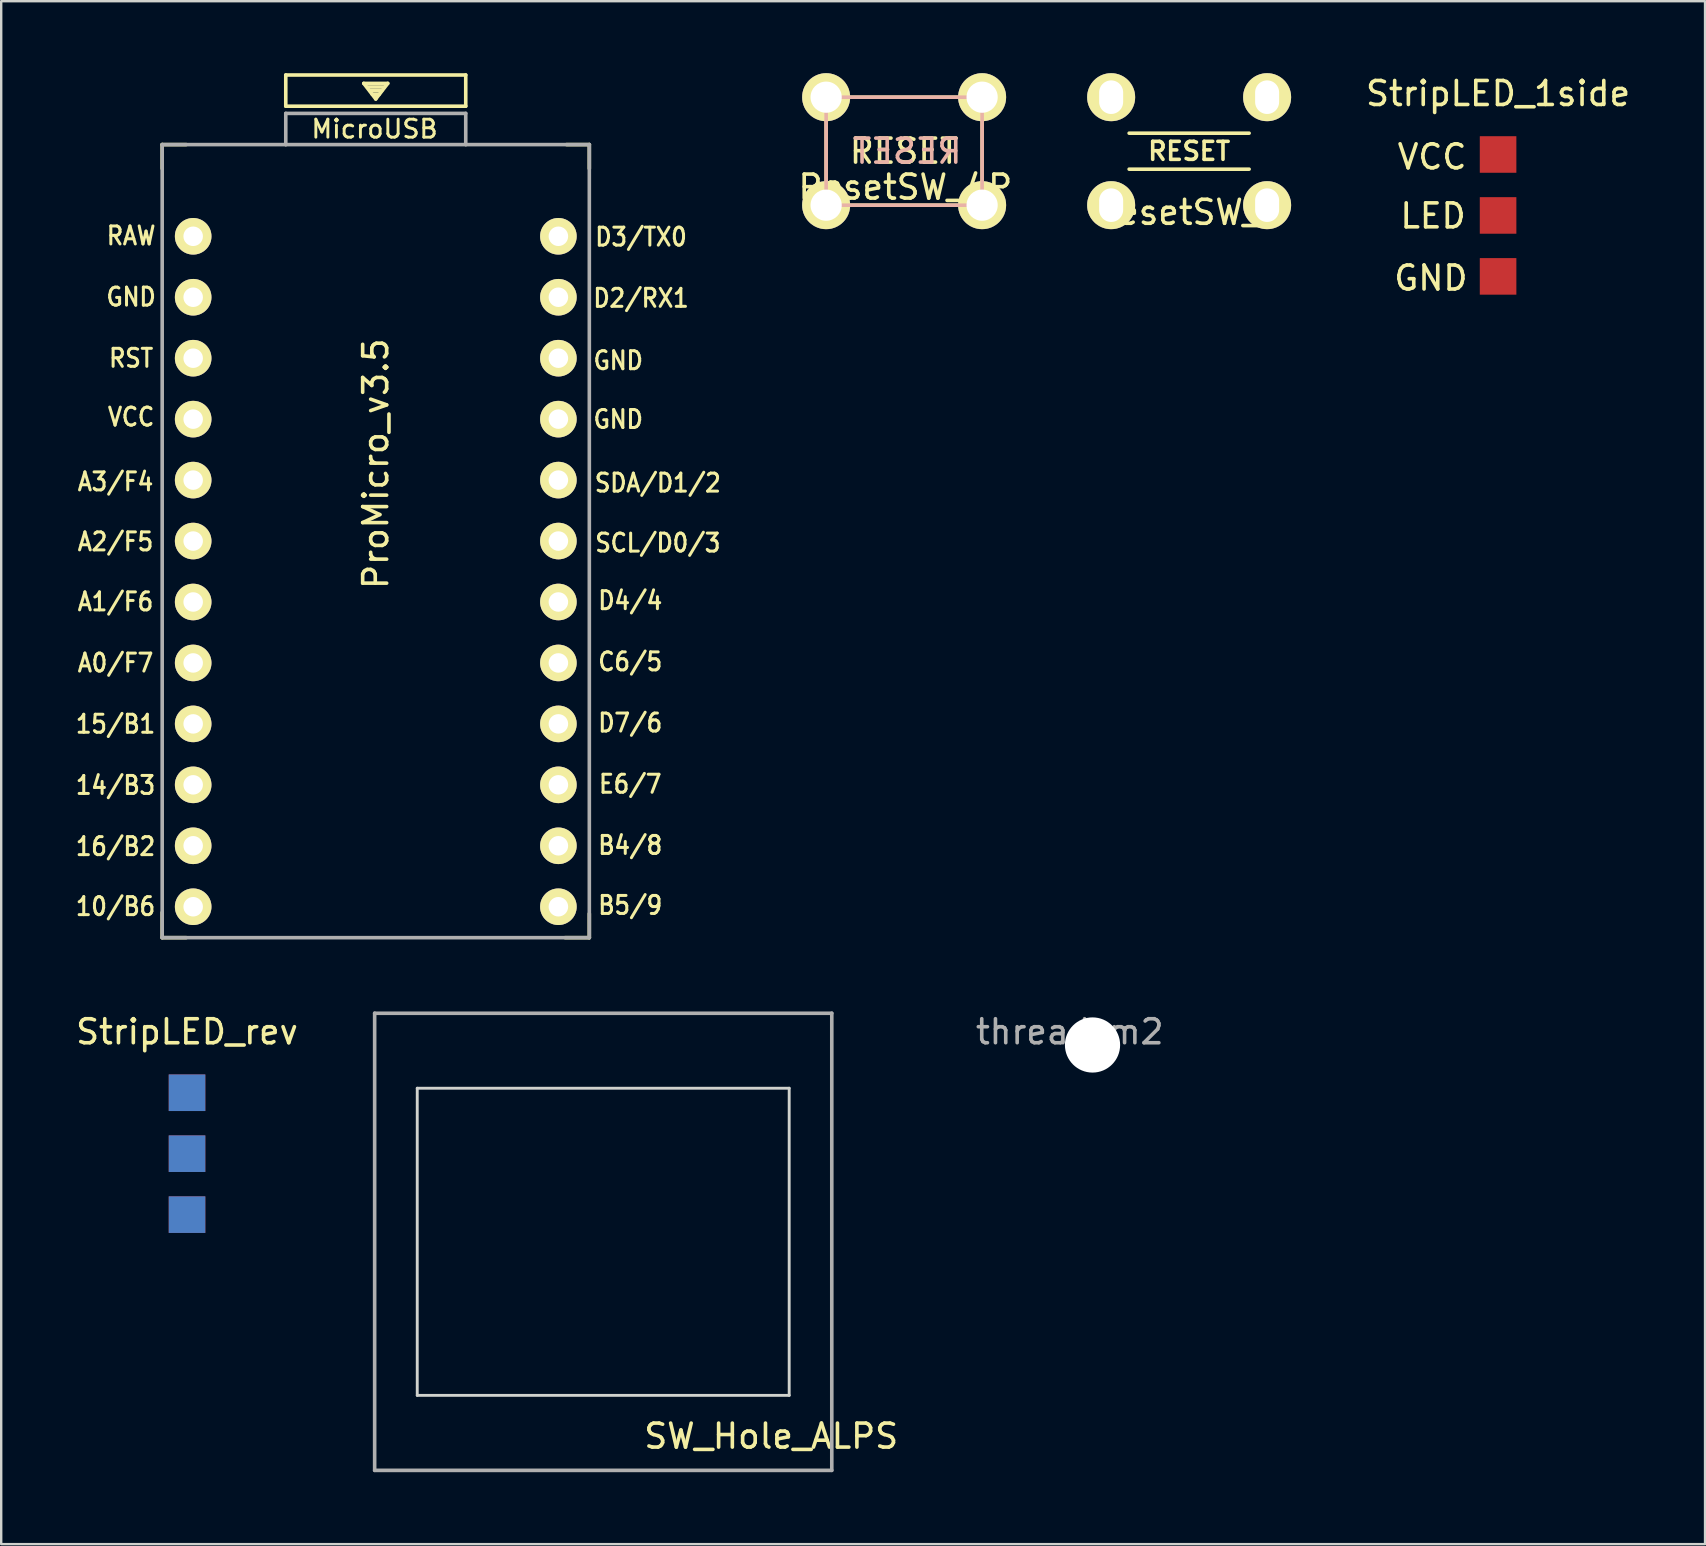
<source format=kicad_pcb>
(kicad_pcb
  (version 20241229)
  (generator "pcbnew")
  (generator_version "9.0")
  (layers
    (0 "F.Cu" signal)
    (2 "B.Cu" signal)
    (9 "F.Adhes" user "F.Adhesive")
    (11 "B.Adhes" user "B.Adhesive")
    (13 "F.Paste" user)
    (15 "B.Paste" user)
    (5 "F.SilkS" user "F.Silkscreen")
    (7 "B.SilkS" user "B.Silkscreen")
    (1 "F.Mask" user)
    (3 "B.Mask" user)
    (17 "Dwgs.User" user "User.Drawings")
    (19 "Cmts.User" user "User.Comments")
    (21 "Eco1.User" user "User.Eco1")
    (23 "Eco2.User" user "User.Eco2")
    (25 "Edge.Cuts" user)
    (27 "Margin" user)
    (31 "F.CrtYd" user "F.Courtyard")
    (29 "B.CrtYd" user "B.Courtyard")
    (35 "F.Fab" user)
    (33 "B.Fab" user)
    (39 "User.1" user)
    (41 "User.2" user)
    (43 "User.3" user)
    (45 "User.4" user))
  (footprint "SW_Hole_ALPS"
    (layer "F.Cu")
    (at 22.088 48.7)
    (property "Reference" "SW_Hole_ALPS" (at 7 8.1 0) (layer "F.SilkS") (effects (font (size 1 1) (thickness 0.15))))
    (attr through_hole)
    (fp_line (start -7.75 -6.4) (end -7.75 6.4) (stroke (width 0.12) (type solid)) (layer "Edge.Cuts"))
    (fp_line (start -7.75 6.4) (end 7.75 6.4) (stroke (width 0.12) (type solid)) (layer "Edge.Cuts"))
    (fp_line (start 7.75 -6.4) (end -7.75 -6.4) (stroke (width 0.12) (type solid)) (layer "Edge.Cuts"))
    (fp_line (start 7.75 6.4) (end 7.75 -6.4) (stroke (width 0.12) (type solid)) (layer "Edge.Cuts"))
    (fp_line (start -9.525 -9.525) (end -9.525 9.525) (stroke (width 0.15) (type solid)) (layer "F.Fab"))
    (fp_line (start -9.525 9.525) (end 9.525 9.525) (stroke (width 0.15) (type solid)) (layer "F.Fab"))
    (fp_line (start 9.525 -9.525) (end -9.525 -9.525) (stroke (width 0.15) (type solid)) (layer "F.Fab"))
    (fp_line (start 9.525 9.525) (end 9.525 -9.525) (stroke (width 0.15) (type solid)) (layer "F.Fab")))
  (footprint "ResetSW_4"
    (layer "F.Cu")
    (at 46.505 3.25)
    (property "Reference" "ResetSW_4" (at 0 2.55 0) (layer "F.SilkS") (effects (font (size 1 1) (thickness 0.15))))
    (attr through_hole)
    (fp_line (start -2.5 -0.75) (end 2.5 -0.75) (stroke (width 0.15) (type solid)) (layer "F.SilkS"))
    (fp_line (start -2.5 0.75) (end 2.5 0.75) (stroke (width 0.15) (type solid)) (layer "F.SilkS"))
    (fp_text user "RESET" (at 0 0 0) (layer "F.SilkS") (effects (font (size 0.75 0.75) (thickness 0.15))))
    (pad "1" thru_hole circle (at -3.25 -2.25) (size 2 2) (drill oval 1 1.4) (layers "*.Cu" "B.Mask" "F.SilkS"))
    (pad "1" thru_hole circle (at 3.25 -2.25) (size 2 2) (drill oval 1 1.4) (layers "*.Cu" "B.Mask" "F.SilkS"))
    (pad "2" thru_hole circle (at -3.25 2.25) (size 2 2) (drill oval 1 1.4) (layers "*.Cu" "B.Mask" "F.SilkS"))
    (pad "2" thru_hole circle (at 3.25 2.25) (size 2 2) (drill oval 1 1.4) (layers "*.Cu" "B.Mask" "F.SilkS")))
  (footprint "thread_m2"
    (layer "F.Cu")
    (at 42.479 40.498)
    (property "Reference" "thread_m2" (at -0.95 -0.55 0) (layer "F.Fab") (effects (font (size 1 1) (thickness 0.15))))
    (attr exclude_from_pos_files exclude_from_bom)
    (pad "" np_thru_hole circle (at 0 0) (size 2.3 2.3) (drill 2.3) (layers "*.Cu" "*.Mask")))
  (footprint "ResetSW_4P"
    (layer "F.Cu")
    (at 34.628 3.25)
    (property "Reference" "ResetSW_4P" (at 0.05 1.5 0) (layer "F.SilkS") (effects (font (size 1 1) (thickness 0.15))))
    (attr through_hole)
    (fp_line (start -3.25 -2.25) (end -3.25 2.25) (stroke (width 0.15) (type solid)) (layer "F.SilkS"))
    (fp_line (start -3.25 2.25) (end 3.25 2.25) (stroke (width 0.15) (type solid)) (layer "F.SilkS"))
    (fp_line (start 3.25 -2.25) (end -3.25 -2.25) (stroke (width 0.15) (type solid)) (layer "F.SilkS"))
    (fp_line (start 3.25 2.25) (end 3.25 -2.25) (stroke (width 0.15) (type solid)) (layer "F.SilkS"))
    (fp_line (start -3.25 -2.25) (end -3.25 2.25) (stroke (width 0.15) (type solid)) (layer "B.SilkS"))
    (fp_line (start -3.25 2.25) (end 3.25 2.25) (stroke (width 0.15) (type solid)) (layer "B.SilkS"))
    (fp_line (start 3.25 -2.25) (end -3.25 -2.25) (stroke (width 0.15) (type solid)) (layer "B.SilkS"))
    (fp_line (start 3.25 2.25) (end 3.25 -2.25) (stroke (width 0.15) (type solid)) (layer "B.SilkS"))
    (fp_text user "RESET" (at 0 0 0) (layer "F.SilkS") (effects (font (size 1 1) (thickness 0.15))))
    (fp_text user "RESET" (at 0.127 0 0) (layer "B.SilkS") (effects (font (size 1 1) (thickness 0.15)) (justify mirror)))
    (pad "1" thru_hole circle (at -3.25 -2.25) (size 2 2) (drill 1.3) (layers "*.Cu" "*.Mask" "F.SilkS"))
    (pad "1" thru_hole circle (at 3.25 -2.25) (size 2 2) (drill 1.3) (layers "*.Cu" "*.Mask" "F.SilkS"))
    (pad "2" thru_hole circle (at -3.25 2.25) (size 2 2) (drill 1.3) (layers "*.Cu" "*.Mask" "F.SilkS"))
    (pad "2" thru_hole circle (at 3.25 2.25) (size 2 2) (drill 1.3) (layers "*.Cu" "*.Mask" "F.SilkS")))
  (footprint "StripLED_rev"
    (layer "F.Cu")
    (at 4.744 42.488)
    (property "Reference" "StripLED_rev" (at 0 -2.54 0) (layer "F.SilkS") (effects (font (size 1 1) (thickness 0.15))))
    (attr through_hole)
    (pad "1" smd rect (at 0 0) (size 1.524 1.524) (layers "F.Cu" "F.Mask" "F.Paste"))
    (pad "1" smd rect (at 0 5.08) (size 1.524 1.524) (layers "B.Cu" "B.Mask" "B.Paste"))
    (pad "2" smd rect (at 0 2.54) (size 1.524 1.524) (layers "F.Cu" "F.Mask" "F.Paste"))
    (pad "2" smd rect (at 0 2.54) (size 1.524 1.524) (layers "B.Cu" "B.Mask" "B.Paste"))
    (pad "3" smd rect (at 0 0) (size 1.524 1.524) (layers "B.Cu" "B.Mask" "B.Paste"))
    (pad "3" smd rect (at 0 5.08) (size 1.524 1.524) (layers "F.Cu" "F.Mask" "F.Paste")))
  (footprint "StripLED_1side"
    (layer "F.Cu")
    (at 59.38 3.388)
    (property "Reference" "StripLED_1side" (at 0 -2.54 0) (layer "F.SilkS") (effects (font (size 1 1) (thickness 0.15))))
    (attr through_hole)
    (fp_text user "LED" (at -2.71 2.56 0) (layer "F.SilkS") (effects (font (size 1 1) (thickness 0.15))))
    (fp_text user "VCC" (at -2.75 0.1 0) (layer "F.SilkS") (effects (font (size 1 1) (thickness 0.15))))
    (fp_text user "GND" (at -2.8 5.15 0) (layer "F.SilkS") (effects (font (size 1 1) (thickness 0.15))))
    (pad "1" smd rect (at 0 0) (size 1.524 1.524) (layers "F.Cu" "F.Mask"))
    (pad "2" smd rect (at 0 2.54) (size 1.524 1.524) (layers "F.Cu" "F.Mask"))
    (pad "3" smd rect (at 0 5.08) (size 1.524 1.524) (layers "F.Cu" "F.Mask")))
  (footprint "ProMicro_v3.5"
    (layer "F.Cu")
    (at 12.609 21.275)
    (property "Reference" "ProMicro_v3.5" (at 0 -5 270) (layer "F.SilkS") (effects (font (size 1 1) (thickness 0.15))))
    (attr through_hole)
    (fp_line (start -8.9 -18.3) (end -8.9 -17.3) (stroke (width 0.15) (type solid)) (layer "F.SilkS"))
    (fp_line (start -8.9 -18.3) (end -7.9 -18.3) (stroke (width 0.15) (type solid)) (layer "F.SilkS"))
    (fp_line (start -8.9 13.7) (end -8.9 14.75) (stroke (width 0.15) (type solid)) (layer "F.SilkS"))
    (fp_line (start -8.9 14.75) (end -7.9 14.75) (stroke (width 0.15) (type solid)) (layer "F.SilkS"))
    (fp_line (start -3.75 -21.2) (end -3.75 -19.9) (stroke (width 0.15) (type solid)) (layer "F.SilkS"))
    (fp_line (start -3.75 -19.9) (end 3.75 -19.9) (stroke (width 0.15) (type solid)) (layer "F.SilkS"))
    (fp_line (start -0.5 -20.85) (end 0.5 -20.85) (stroke (width 0.15) (type solid)) (layer "F.SilkS"))
    (fp_line (start -0.35 -20.7) (end 0.35 -20.7) (stroke (width 0.15) (type solid)) (layer "F.SilkS"))
    (fp_line (start -0.25 -20.55) (end 0.25 -20.55) (stroke (width 0.15) (type solid)) (layer "F.SilkS"))
    (fp_line (start -0.15 -20.4) (end 0.15 -20.4) (stroke (width 0.15) (type solid)) (layer "F.SilkS"))
    (fp_line (start 0 -20.2) (end -0.5 -20.85) (stroke (width 0.15) (type solid)) (layer "F.SilkS"))
    (fp_line (start 0.5 -20.85) (end 0 -20.2) (stroke (width 0.15) (type solid)) (layer "F.SilkS"))
    (fp_line (start 3.75 -21.2) (end -3.75 -21.2) (stroke (width 0.15) (type solid)) (layer "F.SilkS"))
    (fp_line (start 3.75 -19.9) (end 3.75 -21.2) (stroke (width 0.15) (type solid)) (layer "F.SilkS"))
    (fp_line (start 8.9 -18.3) (end 7.95 -18.3) (stroke (width 0.15) (type solid)) (layer "F.SilkS"))
    (fp_line (start 8.9 -18.3) (end 8.9 -17.3) (stroke (width 0.15) (type solid)) (layer "F.SilkS"))
    (fp_line (start 8.9 13.75) (end 8.9 14.75) (stroke (width 0.15) (type solid)) (layer "F.SilkS"))
    (fp_line (start 8.9 14.75) (end 7.89 14.75) (stroke (width 0.15) (type solid)) (layer "F.SilkS"))
    (fp_line (start -8.9 -18.3) (end -3.75 -18.3) (stroke (width 0.15) (type solid)) (layer "F.Fab"))
    (fp_line (start -8.9 14.75) (end -8.9 -18.3) (stroke (width 0.15) (type solid)) (layer "F.Fab"))
    (fp_line (start -3.75 -19.6) (end -3.75 -18.299) (stroke (width 0.15) (type solid)) (layer "F.Fab"))
    (fp_line (start -3.75 -19.6) (end 3.75 -19.6) (stroke (width 0.15) (type solid)) (layer "F.Fab"))
    (fp_line (start -3.75 -18.3) (end 3.75 -18.3) (stroke (width 0.15) (type solid)) (layer "F.Fab"))
    (fp_line (start 3.75 -19.6) (end 3.75 -18.3) (stroke (width 0.15) (type solid)) (layer "F.Fab"))
    (fp_line (start 3.76 -18.3) (end 8.9 -18.3) (stroke (width 0.15) (type solid)) (layer "F.Fab"))
    (fp_line (start 8.9 -18.3) (end 8.9 14.75) (stroke (width 0.15) (type solid)) (layer "F.Fab"))
    (fp_line (start 8.9 14.75) (end -8.9 14.75) (stroke (width 0.15) (type solid)) (layer "F.Fab"))
    (fp_text user "A1/F6" (at -10.845 0.75 0) (unlocked yes) (layer "F.SilkS") (effects (font (size 0.75 0.67) (thickness 0.125))))
    (fp_text user "GND" (at 10.105 -6.85 0) (unlocked yes) (layer "F.SilkS") (effects (font (size 0.75 0.67) (thickness 0.125))))
    (fp_text user "GND" (at -10.195 -11.95 0) (unlocked yes) (layer "F.SilkS") (effects (font (size 0.75 0.67) (thickness 0.125))))
    (fp_text user "B4/8" (at 10.605 10.9 0) (unlocked yes) (layer "F.SilkS") (effects (font (size 0.75 0.67) (thickness 0.125))))
    (fp_text user "D3/TX0" (at 11.055 -14.45 0) (unlocked yes) (layer "F.SilkS") (effects (font (size 0.75 0.67) (thickness 0.125))))
    (fp_text user "VCC" (at -10.195 -6.95 0) (unlocked yes) (layer "F.SilkS") (effects (font (size 0.75 0.67) (thickness 0.125))))
    (fp_text user "B5/9" (at 10.605 13.4 0) (unlocked yes) (layer "F.SilkS") (effects (font (size 0.75 0.67) (thickness 0.125))))
    (fp_text user "D4/4" (at 10.605 0.7 0) (unlocked yes) (layer "F.SilkS") (effects (font (size 0.75 0.67) (thickness 0.125))))
    (fp_text user "16/B2" (at -10.845 10.95 0) (unlocked yes) (layer "F.SilkS") (effects (font (size 0.75 0.67) (thickness 0.125))))
    (fp_text user "A0/F7" (at -10.845 3.3 0) (unlocked yes) (layer "F.SilkS") (effects (font (size 0.75 0.67) (thickness 0.125))))
    (fp_text user "" (at -0.545 -17.4 0) (layer "F.SilkS") (effects (font (size 1 1) (thickness 0.15))))
    (fp_text user "E6/7" (at 10.605 8.35 0) (unlocked yes) (layer "F.SilkS") (effects (font (size 0.75 0.67) (thickness 0.125))))
    (fp_text user "10/B6" (at -10.845 13.45 0) (unlocked yes) (layer "F.SilkS") (effects (font (size 0.75 0.67) (thickness 0.125))))
    (fp_text user "C6/5" (at 10.605 3.25 0) (unlocked yes) (layer "F.SilkS") (effects (font (size 0.75 0.67) (thickness 0.125))))
    (fp_text user "GND" (at 10.105 -9.3 0) (unlocked yes) (layer "F.SilkS") (effects (font (size 0.75 0.67) (thickness 0.125))))
    (fp_text user "SDA/D1/2" (at 11.755 -4.2 0) (unlocked yes) (layer "F.SilkS") (effects (font (size 0.75 0.67) (thickness 0.125))))
    (fp_text user "RAW" (at -10.195 -14.5 0) (unlocked yes) (layer "F.SilkS") (effects (font (size 0.75 0.67) (thickness 0.125))))
    (fp_text user "D2/RX1" (at 11.055 -11.9 0) (unlocked yes) (layer "F.SilkS") (effects (font (size 0.75 0.67) (thickness 0.125))))
    (fp_text user "A2/F5" (at -10.845 -1.75 0) (unlocked yes) (layer "F.SilkS") (effects (font (size 0.75 0.67) (thickness 0.125))))
    (fp_text user "D7/6" (at 10.605 5.8 0) (unlocked yes) (layer "F.SilkS") (effects (font (size 0.75 0.67) (thickness 0.125))))
    (fp_text user "14/B3" (at -10.845 8.4 0) (unlocked yes) (layer "F.SilkS") (effects (font (size 0.75 0.67) (thickness 0.125))))
    (fp_text user "15/B1" (at -10.845 5.85 0) (unlocked yes) (layer "F.SilkS") (effects (font (size 0.75 0.67) (thickness 0.125))))
    (fp_text user "A3/F4" (at -10.845 -4.25 0) (unlocked yes) (layer "F.SilkS") (effects (font (size 0.75 0.67) (thickness 0.125))))
    (fp_text user "RST" (at -10.195 -9.4 0) (unlocked yes) (layer "F.SilkS") (effects (font (size 0.75 0.67) (thickness 0.125))))
    (fp_text user "MicroUSB" (at -0.05 -18.95 0) (layer "F.SilkS") (effects (font (size 0.75 0.75) (thickness 0.12))))
    (fp_text user "SCL/D0/3" (at 11.755 -1.7 0) (unlocked yes) (layer "F.SilkS") (effects (font (size 0.75 0.67) (thickness 0.125))))
    (fp_text user "" (at -1.252 -16.256 0) (layer "B.SilkS") (effects (font (size 1 1) (thickness 0.15)) (justify mirror)))
    (pad "1" thru_hole circle (at 7.611 -14.478) (size 1.524 1.524) (drill 0.813) (layers "*.Cu" "B.Mask" "F.SilkS"))
    (pad "2" thru_hole circle (at 7.611 -11.938) (size 1.524 1.524) (drill 0.813) (layers "*.Cu" "B.Mask" "F.SilkS"))
    (pad "3" thru_hole circle (at 7.611 -9.398) (size 1.524 1.524) (drill 0.813) (layers "*.Cu" "B.Mask" "F.SilkS"))
    (pad "4" thru_hole circle (at 7.611 -6.858) (size 1.524 1.524) (drill 0.813) (layers "*.Cu" "B.Mask" "F.SilkS"))
    (pad "5" thru_hole circle (at 7.611 -4.318) (size 1.524 1.524) (drill 0.813) (layers "*.Cu" "B.Mask" "F.SilkS"))
    (pad "6" thru_hole circle (at 7.611 -1.778) (size 1.524 1.524) (drill 0.813) (layers "*.Cu" "B.Mask" "F.SilkS"))
    (pad "7" thru_hole circle (at 7.611 0.762) (size 1.524 1.524) (drill 0.813) (layers "*.Cu" "B.Mask" "F.SilkS"))
    (pad "8" thru_hole circle (at 7.611 3.302) (size 1.524 1.524) (drill 0.813) (layers "*.Cu" "B.Mask" "F.SilkS"))
    (pad "9" thru_hole circle (at 7.611 5.842) (size 1.524 1.524) (drill 0.813) (layers "*.Cu" "B.Mask" "F.SilkS"))
    (pad "10" thru_hole circle (at 7.611 8.382) (size 1.524 1.524) (drill 0.813) (layers "*.Cu" "B.Mask" "F.SilkS"))
    (pad "11" thru_hole circle (at 7.611 10.922) (size 1.524 1.524) (drill 0.813) (layers "*.Cu" "B.Mask" "F.SilkS"))
    (pad "12" thru_hole circle (at 7.611 13.462) (size 1.524 1.524) (drill 0.813) (layers "*.Cu" "B.Mask" "F.SilkS"))
    (pad "13" thru_hole circle (at -7.609 13.462) (size 1.524 1.524) (drill 0.813) (layers "*.Cu" "B.Mask" "F.SilkS"))
    (pad "14" thru_hole circle (at -7.609 10.922) (size 1.524 1.524) (drill 0.813) (layers "*.Cu" "B.Mask" "F.SilkS"))
    (pad "15" thru_hole circle (at -7.609 8.382) (size 1.524 1.524) (drill 0.813) (layers "*.Cu" "B.Mask" "F.SilkS"))
    (pad "16" thru_hole circle (at -7.609 5.842) (size 1.524 1.524) (drill 0.813) (layers "*.Cu" "B.Mask" "F.SilkS"))
    (pad "17" thru_hole circle (at -7.609 3.302) (size 1.524 1.524) (drill 0.813) (layers "*.Cu" "B.Mask" "F.SilkS"))
    (pad "18" thru_hole circle (at -7.609 0.762) (size 1.524 1.524) (drill 0.813) (layers "*.Cu" "B.Mask" "F.SilkS"))
    (pad "19" thru_hole circle (at -7.609 -1.778) (size 1.524 1.524) (drill 0.813) (layers "*.Cu" "B.Mask" "F.SilkS"))
    (pad "20" thru_hole circle (at -7.609 -4.318) (size 1.524 1.524) (drill 0.813) (layers "*.Cu" "B.Mask" "F.SilkS"))
    (pad "21" thru_hole circle (at -7.609 -6.858) (size 1.524 1.524) (drill 0.813) (layers "*.Cu" "B.Mask" "F.SilkS"))
    (pad "22" thru_hole circle (at -7.609 -9.398) (size 1.524 1.524) (drill 0.813) (layers "*.Cu" "B.Mask" "F.SilkS"))
    (pad "23" thru_hole circle (at -7.609 -11.938) (size 1.524 1.524) (drill 0.813) (layers "*.Cu" "B.Mask" "F.SilkS"))
    (pad "24" thru_hole circle (at -7.609 -14.478) (size 1.524 1.524) (drill 0.813) (layers "*.Cu" "B.Mask" "F.SilkS")))
  (gr_rect
    (start -3 -3)
    (end 68.005 61.3)
    (stroke (width 0.1) (type default))
    (fill no)
    (layer "Edge.Cuts")))
</source>
